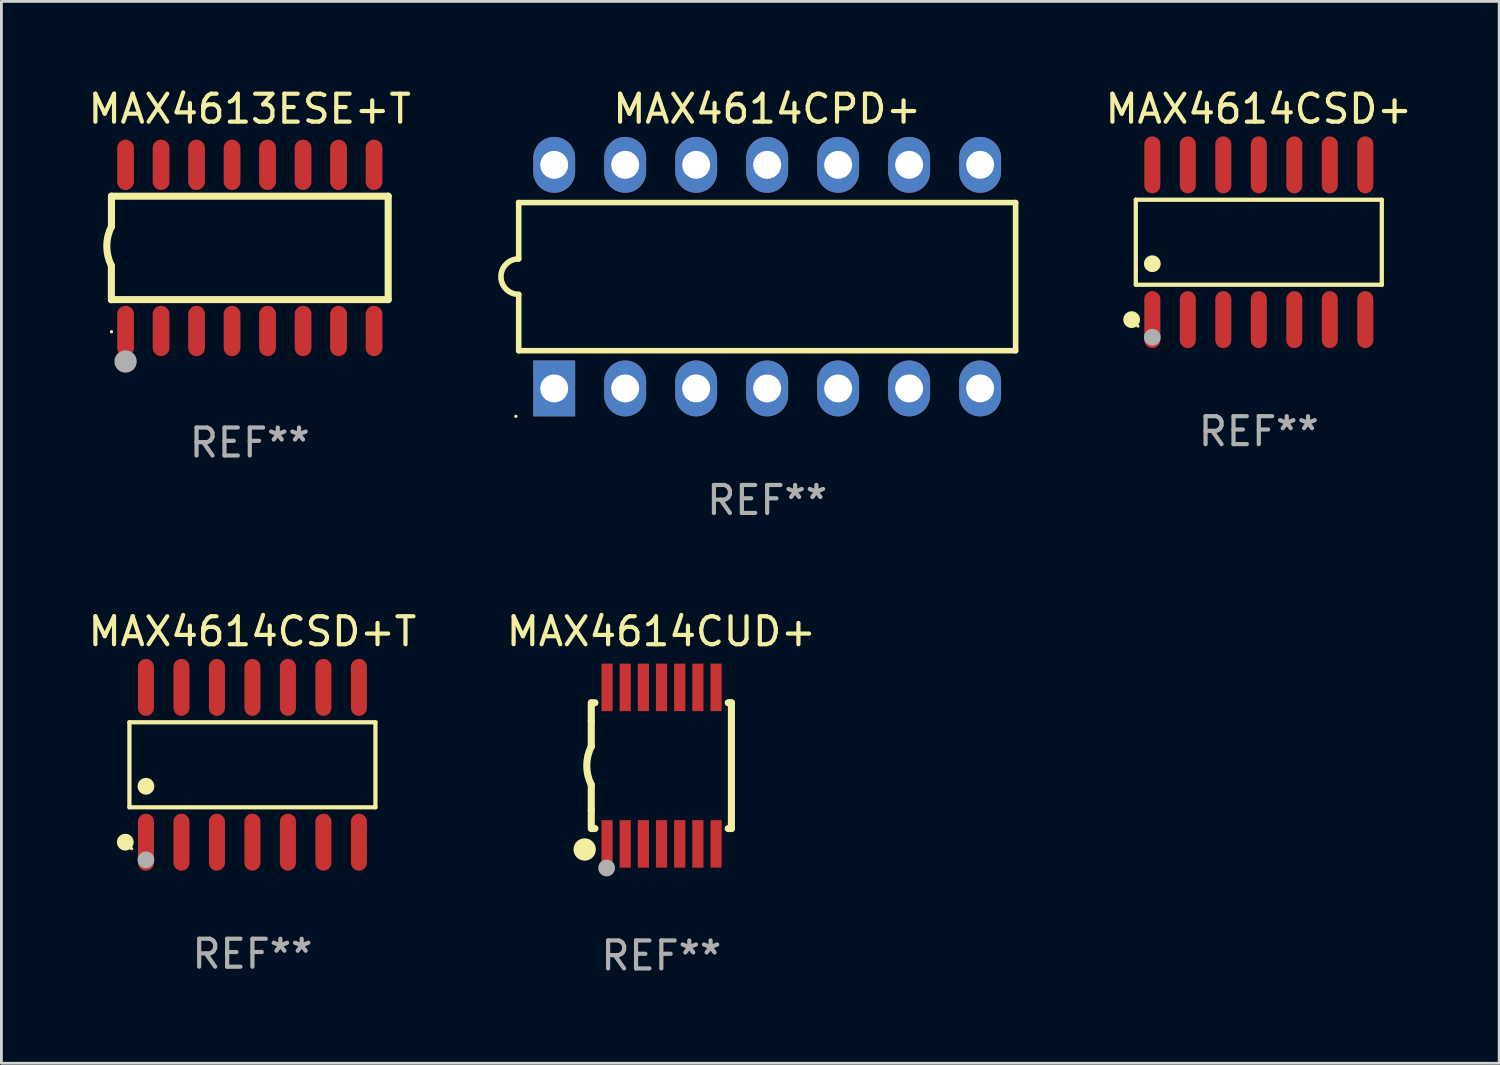
<source format=kicad_pcb>
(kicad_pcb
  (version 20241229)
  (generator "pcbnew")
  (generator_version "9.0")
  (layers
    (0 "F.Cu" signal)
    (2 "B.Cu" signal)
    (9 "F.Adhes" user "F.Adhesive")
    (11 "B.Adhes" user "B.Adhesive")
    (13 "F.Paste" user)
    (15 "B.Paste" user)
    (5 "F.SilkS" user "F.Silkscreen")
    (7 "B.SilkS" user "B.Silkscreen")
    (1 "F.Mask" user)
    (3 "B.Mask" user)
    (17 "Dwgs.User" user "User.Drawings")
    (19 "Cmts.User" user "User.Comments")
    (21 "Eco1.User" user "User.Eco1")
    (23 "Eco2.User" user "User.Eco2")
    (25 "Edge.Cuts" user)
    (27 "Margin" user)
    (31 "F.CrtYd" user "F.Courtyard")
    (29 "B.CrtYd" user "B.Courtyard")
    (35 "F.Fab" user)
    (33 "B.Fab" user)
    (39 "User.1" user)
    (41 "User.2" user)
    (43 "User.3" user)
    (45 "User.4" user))
  (footprint "MAX4613ESE+T"
    (layer "F.Cu")
    (at 5.887 5.82)
    (property "Reference" "MAX4613ESE+T" (at 0 -4.972 0) (layer "F.SilkS") (effects (font (size 1 1) (thickness 0.15))))
    (attr through_hole)
    (fp_line (start -4.952 0.635) (end -4.952 1.85) (stroke (width 0.254) (type solid)) (layer "F.SilkS"))
    (fp_line (start -4.952 1.85) (end -4.949 1.85) (stroke (width 0.254) (type solid)) (layer "F.SilkS"))
    (fp_line (start -4.949 -1.85) (end -4.949 -0.762) (stroke (width 0.254) (type solid)) (layer "F.SilkS"))
    (fp_line (start -4.949 1.85) (end 4.952 1.85) (stroke (width 0.254) (type solid)) (layer "F.SilkS"))
    (fp_line (start 4.952 -1.85) (end -4.949 -1.85) (stroke (width 0.254) (type solid)) (layer "F.SilkS"))
    (fp_line (start 4.952 1.85) (end 4.952 -1.85) (stroke (width 0.254) (type solid)) (layer "F.SilkS"))
    (fp_arc (start -4.951524 0.635001) (mid -5.116418 -0.0635) (end -4.951524 -0.762002) (stroke (width 0.254001) (type solid)) (layer "F.SilkS"))
    (fp_circle (center -4.949 3) (end -4.919 3) (stroke (width 0.06) (type solid)) (fill no) (layer "F.SilkS"))
    (fp_circle (center -4.444 4.064) (end -4.244 4.064) (stroke (width 0.4) (type solid)) (fill no) (layer "F.Fab"))
    (fp_text user "REF**" (at 0 6.972 0) (layer "F.Fab") (effects (font (size 1 1) (thickness 0.15))))
    (pad "1" smd oval (at -4.444 2.972 180) (size 0.6 1.8) (layers "F.Cu" "F.Mask" "F.Paste"))
    (pad "2" smd oval (at -3.174 2.972 180) (size 0.6 1.8) (layers "F.Cu" "F.Mask" "F.Paste"))
    (pad "3" smd oval (at -1.904 2.972 180) (size 0.6 1.8) (layers "F.Cu" "F.Mask" "F.Paste"))
    (pad "4" smd oval (at -0.634 2.972 180) (size 0.6 1.8) (layers "F.Cu" "F.Mask" "F.Paste"))
    (pad "5" smd oval (at 0.636 2.972 180) (size 0.6 1.8) (layers "F.Cu" "F.Mask" "F.Paste"))
    (pad "6" smd oval (at 1.906 2.972 180) (size 0.6 1.8) (layers "F.Cu" "F.Mask" "F.Paste"))
    (pad "7" smd oval (at 3.176 2.972 180) (size 0.6 1.8) (layers "F.Cu" "F.Mask" "F.Paste"))
    (pad "8" smd oval (at 4.446 2.972 180) (size 0.6 1.8) (layers "F.Cu" "F.Mask" "F.Paste"))
    (pad "9" smd oval (at 4.446 -2.972 180) (size 0.6 1.8) (layers "F.Cu" "F.Mask" "F.Paste"))
    (pad "10" smd oval (at 3.176 -2.972 180) (size 0.6 1.8) (layers "F.Cu" "F.Mask" "F.Paste"))
    (pad "11" smd oval (at 1.906 -2.972 180) (size 0.6 1.8) (layers "F.Cu" "F.Mask" "F.Paste"))
    (pad "12" smd oval (at 0.636 -2.972 180) (size 0.6 1.8) (layers "F.Cu" "F.Mask" "F.Paste"))
    (pad "13" smd oval (at -0.634 -2.972 180) (size 0.6 1.8) (layers "F.Cu" "F.Mask" "F.Paste"))
    (pad "14" smd oval (at -1.904 -2.972 180) (size 0.6 1.8) (layers "F.Cu" "F.Mask" "F.Paste"))
    (pad "15" smd oval (at -3.174 -2.972 180) (size 0.6 1.8) (layers "F.Cu" "F.Mask" "F.Paste"))
    (pad "16" smd oval (at -4.444 -2.972 180) (size 0.6 1.8) (layers "F.Cu" "F.Mask" "F.Paste")))
  (footprint "MAX4614CUD+"
    (layer "F.Cu")
    (at 20.613 24.345)
    (property "Reference" "MAX4614CUD+" (at 0 -4.8 0) (layer "F.SilkS") (effects (font (size 1 1) (thickness 0.15))))
    (attr through_hole)
    (fp_line (start -2.507 -1.6) (end -2.507 -2.25) (stroke (width 0.254) (type solid)) (layer "F.SilkS"))
    (fp_line (start -2.507 -0.686) (end -2.507 -1.6) (stroke (width 0.254) (type solid)) (layer "F.SilkS"))
    (fp_line (start -2.507 1.6) (end -2.507 0.686) (stroke (width 0.254) (type solid)) (layer "F.SilkS"))
    (fp_line (start -2.507 1.6) (end -2.507 2.25) (stroke (width 0.254) (type solid)) (layer "F.SilkS"))
    (fp_line (start -2.493 -2.25) (end -2.377 -2.25) (stroke (width 0.254) (type solid)) (layer "F.SilkS"))
    (fp_line (start -2.377 2.25) (end -2.493 2.25) (stroke (width 0.254) (type solid)) (layer "F.SilkS"))
    (fp_line (start 2.392 -2.25) (end 2.507 -2.25) (stroke (width 0.254) (type solid)) (layer "F.SilkS"))
    (fp_line (start 2.507 -2.25) (end 2.507 2.25) (stroke (width 0.254) (type solid)) (layer "F.SilkS"))
    (fp_line (start 2.507 2.25) (end 2.392 2.25) (stroke (width 0.254) (type solid)) (layer "F.SilkS"))
    (fp_arc (start -2.507303 0.685802) (mid -2.669199 0) (end -2.507303 -0.685801) (stroke (width 0.254001) (type solid)) (layer "F.SilkS"))
    (fp_circle (center -2.743 3) (end -2.543 3) (stroke (width 0.4) (type solid)) (fill no) (layer "F.SilkS"))
    (fp_circle (center -2.493 3.2) (end -2.463 3.2) (stroke (width 0.06) (type solid)) (fill no) (layer "F.SilkS"))
    (fp_circle (center -1.957 3.662) (end -1.807 3.662) (stroke (width 0.3) (type solid)) (fill no) (layer "F.Fab"))
    (fp_text user "REF**" (at 0 6.8 0) (layer "F.Fab") (effects (font (size 1 1) (thickness 0.15))))
    (pad "1" smd rect (at -1.943 2.8) (size 0.4 1.7) (layers "F.Cu" "F.Mask" "F.Paste"))
    (pad "2" smd rect (at -1.293 2.8) (size 0.4 1.7) (layers "F.Cu" "F.Mask" "F.Paste"))
    (pad "3" smd rect (at -0.643 2.8) (size 0.4 1.7) (layers "F.Cu" "F.Mask" "F.Paste"))
    (pad "4" smd rect (at 0.007 2.8) (size 0.4 1.7) (layers "F.Cu" "F.Mask" "F.Paste"))
    (pad "5" smd rect (at 0.657 2.8) (size 0.4 1.7) (layers "F.Cu" "F.Mask" "F.Paste"))
    (pad "6" smd rect (at 1.307 2.8) (size 0.4 1.7) (layers "F.Cu" "F.Mask" "F.Paste"))
    (pad "7" smd rect (at 1.957 2.8) (size 0.4 1.7) (layers "F.Cu" "F.Mask" "F.Paste"))
    (pad "8" smd rect (at 1.957 -2.8) (size 0.4 1.7) (layers "F.Cu" "F.Mask" "F.Paste"))
    (pad "9" smd rect (at 1.307 -2.8) (size 0.4 1.7) (layers "F.Cu" "F.Mask" "F.Paste"))
    (pad "10" smd rect (at 0.657 -2.8) (size 0.4 1.7) (layers "F.Cu" "F.Mask" "F.Paste"))
    (pad "11" smd rect (at 0.007 -2.8) (size 0.4 1.7) (layers "F.Cu" "F.Mask" "F.Paste"))
    (pad "12" smd rect (at -0.643 -2.8) (size 0.4 1.7) (layers "F.Cu" "F.Mask" "F.Paste"))
    (pad "13" smd rect (at -1.293 -2.8) (size 0.4 1.7) (layers "F.Cu" "F.Mask" "F.Paste"))
    (pad "14" smd rect (at -1.943 -2.8) (size 0.4 1.7) (layers "F.Cu" "F.Mask" "F.Paste")))
  (footprint "MAX4614CSD+T"
    (layer "F.Cu")
    (at 5.982 24.314)
    (property "Reference" "MAX4614CSD+T" (at 0 -4.769 0) (layer "F.SilkS") (effects (font (size 1 1) (thickness 0.15))))
    (attr through_hole)
    (fp_line (start -4.401 -1.521) (end 4.401 -1.521) (stroke (width 0.152) (type solid)) (layer "F.SilkS"))
    (fp_line (start -4.401 1.521) (end -4.401 -1.521) (stroke (width 0.152) (type solid)) (layer "F.SilkS"))
    (fp_line (start 4.401 -1.521) (end 4.401 1.521) (stroke (width 0.152) (type solid)) (layer "F.SilkS"))
    (fp_line (start 4.401 1.521) (end -4.401 1.521) (stroke (width 0.152) (type solid)) (layer "F.SilkS"))
    (fp_circle (center -4.549 2.769) (end -4.399 2.769) (stroke (width 0.3) (type solid)) (fill no) (layer "F.SilkS"))
    (fp_circle (center -4.325 3) (end -4.295 3) (stroke (width 0.06) (type solid)) (fill no) (layer "F.SilkS"))
    (fp_circle (center -3.81 0.769) (end -3.66 0.769) (stroke (width 0.3) (type solid)) (fill no) (layer "F.SilkS"))
    (fp_circle (center -3.81 3.4) (end -3.66 3.4) (stroke (width 0.3) (type solid)) (fill no) (layer "F.Fab"))
    (fp_text user "REF**" (at 0 6.769 0) (layer "F.Fab") (effects (font (size 1 1) (thickness 0.15))))
    (pad "1" smd oval (at -3.81 2.769) (size 0.574 2.038) (layers "F.Cu" "F.Mask" "F.Paste"))
    (pad "2" smd oval (at -2.54 2.769) (size 0.574 2.038) (layers "F.Cu" "F.Mask" "F.Paste"))
    (pad "3" smd oval (at -1.27 2.769) (size 0.574 2.038) (layers "F.Cu" "F.Mask" "F.Paste"))
    (pad "4" smd oval (at 0 2.769) (size 0.574 2.038) (layers "F.Cu" "F.Mask" "F.Paste"))
    (pad "5" smd oval (at 1.27 2.769) (size 0.574 2.038) (layers "F.Cu" "F.Mask" "F.Paste"))
    (pad "6" smd oval (at 2.54 2.769) (size 0.574 2.038) (layers "F.Cu" "F.Mask" "F.Paste"))
    (pad "7" smd oval (at 3.81 2.769) (size 0.574 2.038) (layers "F.Cu" "F.Mask" "F.Paste"))
    (pad "8" smd oval (at 3.81 -2.769) (size 0.574 2.038) (layers "F.Cu" "F.Mask" "F.Paste"))
    (pad "9" smd oval (at 2.54 -2.769) (size 0.574 2.038) (layers "F.Cu" "F.Mask" "F.Paste"))
    (pad "10" smd oval (at 1.27 -2.769) (size 0.574 2.038) (layers "F.Cu" "F.Mask" "F.Paste"))
    (pad "11" smd oval (at 0 -2.769) (size 0.574 2.038) (layers "F.Cu" "F.Mask" "F.Paste"))
    (pad "12" smd oval (at -1.27 -2.769) (size 0.574 2.038) (layers "F.Cu" "F.Mask" "F.Paste"))
    (pad "13" smd oval (at -2.54 -2.769) (size 0.574 2.038) (layers "F.Cu" "F.Mask" "F.Paste"))
    (pad "14" smd oval (at -3.81 -2.769) (size 0.574 2.038) (layers "F.Cu" "F.Mask" "F.Paste")))
  (footprint "MAX4614CSD+"
    (layer "F.Cu")
    (at 41.99 5.617)
    (property "Reference" "MAX4614CSD+" (at 0 -4.769 0) (layer "F.SilkS") (effects (font (size 1 1) (thickness 0.15))))
    (attr through_hole)
    (fp_line (start -4.401 -1.521) (end 4.401 -1.521) (stroke (width 0.152) (type solid)) (layer "F.SilkS"))
    (fp_line (start -4.401 1.521) (end -4.401 -1.521) (stroke (width 0.152) (type solid)) (layer "F.SilkS"))
    (fp_line (start 4.401 -1.521) (end 4.401 1.521) (stroke (width 0.152) (type solid)) (layer "F.SilkS"))
    (fp_line (start 4.401 1.521) (end -4.401 1.521) (stroke (width 0.152) (type solid)) (layer "F.SilkS"))
    (fp_circle (center -4.549 2.769) (end -4.399 2.769) (stroke (width 0.3) (type solid)) (fill no) (layer "F.SilkS"))
    (fp_circle (center -4.325 3) (end -4.295 3) (stroke (width 0.06) (type solid)) (fill no) (layer "F.SilkS"))
    (fp_circle (center -3.81 0.769) (end -3.66 0.769) (stroke (width 0.3) (type solid)) (fill no) (layer "F.SilkS"))
    (fp_circle (center -3.81 3.4) (end -3.66 3.4) (stroke (width 0.3) (type solid)) (fill no) (layer "F.Fab"))
    (fp_text user "REF**" (at 0 6.769 0) (layer "F.Fab") (effects (font (size 1 1) (thickness 0.15))))
    (pad "1" smd oval (at -3.81 2.769) (size 0.574 2.038) (layers "F.Cu" "F.Mask" "F.Paste"))
    (pad "2" smd oval (at -2.54 2.769) (size 0.574 2.038) (layers "F.Cu" "F.Mask" "F.Paste"))
    (pad "3" smd oval (at -1.27 2.769) (size 0.574 2.038) (layers "F.Cu" "F.Mask" "F.Paste"))
    (pad "4" smd oval (at 0 2.769) (size 0.574 2.038) (layers "F.Cu" "F.Mask" "F.Paste"))
    (pad "5" smd oval (at 1.27 2.769) (size 0.574 2.038) (layers "F.Cu" "F.Mask" "F.Paste"))
    (pad "6" smd oval (at 2.54 2.769) (size 0.574 2.038) (layers "F.Cu" "F.Mask" "F.Paste"))
    (pad "7" smd oval (at 3.81 2.769) (size 0.574 2.038) (layers "F.Cu" "F.Mask" "F.Paste"))
    (pad "8" smd oval (at 3.81 -2.769) (size 0.574 2.038) (layers "F.Cu" "F.Mask" "F.Paste"))
    (pad "9" smd oval (at 2.54 -2.769) (size 0.574 2.038) (layers "F.Cu" "F.Mask" "F.Paste"))
    (pad "10" smd oval (at 1.27 -2.769) (size 0.574 2.038) (layers "F.Cu" "F.Mask" "F.Paste"))
    (pad "11" smd oval (at 0 -2.769) (size 0.574 2.038) (layers "F.Cu" "F.Mask" "F.Paste"))
    (pad "12" smd oval (at -1.27 -2.769) (size 0.574 2.038) (layers "F.Cu" "F.Mask" "F.Paste"))
    (pad "13" smd oval (at -2.54 -2.769) (size 0.574 2.038) (layers "F.Cu" "F.Mask" "F.Paste"))
    (pad "14" smd oval (at -3.81 -2.769) (size 0.574 2.038) (layers "F.Cu" "F.Mask" "F.Paste")))
  (footprint "MAX4614CPD+"
    (layer "F.Cu")
    (at 24.399 6.848)
    (property "Reference" "MAX4614CPD+" (at 0 -6 0) (layer "F.SilkS") (effects (font (size 1 1) (thickness 0.15))))
    (attr through_hole)
    (fp_line (start -8.89 -2.65) (end -8.89 -0.635) (stroke (width 0.2) (type solid)) (layer "F.SilkS"))
    (fp_line (start -8.89 0.635) (end -8.89 2.65) (stroke (width 0.2) (type solid)) (layer "F.SilkS"))
    (fp_line (start -8.89 2.65) (end 8.89 2.65) (stroke (width 0.2) (type solid)) (layer "F.SilkS"))
    (fp_line (start 8.89 -2.65) (end -8.89 -2.65) (stroke (width 0.2) (type solid)) (layer "F.SilkS"))
    (fp_line (start 8.89 2.65) (end 8.89 -2.65) (stroke (width 0.2) (type solid)) (layer "F.SilkS"))
    (fp_arc (start -8.890018 0.635001) (mid -9.525019 0) (end -8.890018 -0.635001) (stroke (width 0.2) (type solid)) (layer "F.SilkS"))
    (fp_circle (center -8.99 5) (end -8.96 5) (stroke (width 0.06) (type solid)) (fill no) (layer "F.SilkS"))
    (fp_text user "REF**" (at 0 8 0) (layer "F.Fab") (effects (font (size 1 1) (thickness 0.15))))
    (pad "1" thru_hole rect (at -7.62 4 90) (size 2 1.5) (drill 1) (layers "*.Cu" "*.Mask"))
    (pad "2" thru_hole oval (at -5.08 4 90) (size 2 1.5) (drill 1) (layers "*.Cu" "*.Mask"))
    (pad "3" thru_hole oval (at -2.54 4 90) (size 2 1.5) (drill 1) (layers "*.Cu" "*.Mask"))
    (pad "4" thru_hole oval (at 0 4 90) (size 2 1.5) (drill 1) (layers "*.Cu" "*.Mask"))
    (pad "5" thru_hole oval (at 2.54 4 90) (size 2 1.5) (drill 1) (layers "*.Cu" "*.Mask"))
    (pad "6" thru_hole oval (at 5.08 4 90) (size 2 1.5) (drill 1) (layers "*.Cu" "*.Mask"))
    (pad "7" thru_hole oval (at 7.62 4 90) (size 2 1.5) (drill 1) (layers "*.Cu" "*.Mask"))
    (pad "8" thru_hole oval (at 7.62 -4 90) (size 2 1.5) (drill 1) (layers "*.Cu" "*.Mask"))
    (pad "9" thru_hole oval (at 5.08 -4 90) (size 2 1.5) (drill 1) (layers "*.Cu" "*.Mask"))
    (pad "10" thru_hole oval (at 2.54 -4 90) (size 2 1.5) (drill 1) (layers "*.Cu" "*.Mask"))
    (pad "11" thru_hole oval (at 0 -4 90) (size 2 1.5) (drill 1) (layers "*.Cu" "*.Mask"))
    (pad "12" thru_hole oval (at -2.54 -4 90) (size 2 1.5) (drill 1) (layers "*.Cu" "*.Mask"))
    (pad "13" thru_hole oval (at -5.08 -4 90) (size 2 1.5) (drill 1) (layers "*.Cu" "*.Mask"))
    (pad "14" thru_hole oval (at -7.62 -4 90) (size 2 1.5) (drill 1) (layers "*.Cu" "*.Mask")))
  (gr_rect
    (start -3 -3)
    (end 50.591 34.993)
    (stroke (width 0.1) (type default))
    (fill no)
    (layer "Edge.Cuts")))
</source>
